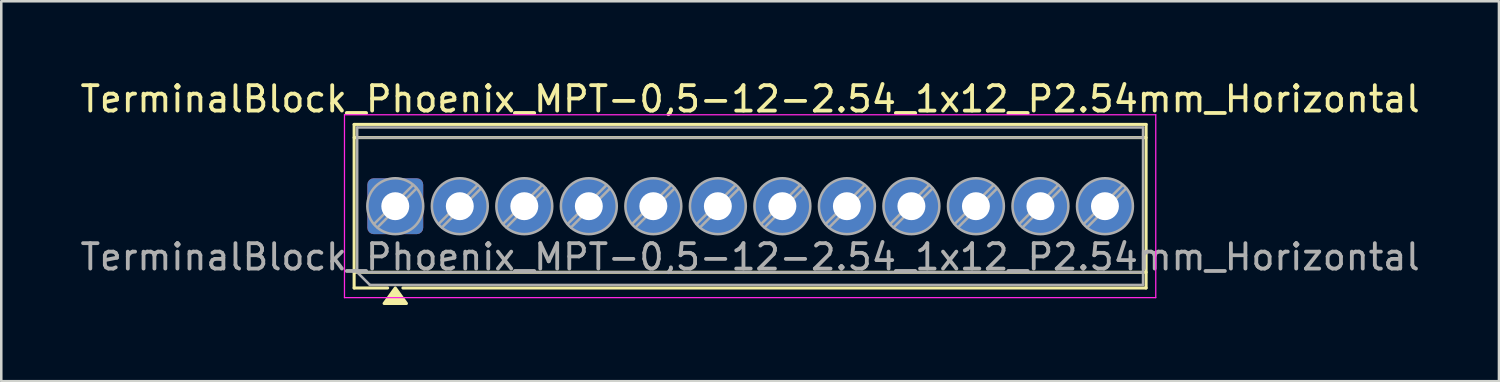
<source format=kicad_pcb>
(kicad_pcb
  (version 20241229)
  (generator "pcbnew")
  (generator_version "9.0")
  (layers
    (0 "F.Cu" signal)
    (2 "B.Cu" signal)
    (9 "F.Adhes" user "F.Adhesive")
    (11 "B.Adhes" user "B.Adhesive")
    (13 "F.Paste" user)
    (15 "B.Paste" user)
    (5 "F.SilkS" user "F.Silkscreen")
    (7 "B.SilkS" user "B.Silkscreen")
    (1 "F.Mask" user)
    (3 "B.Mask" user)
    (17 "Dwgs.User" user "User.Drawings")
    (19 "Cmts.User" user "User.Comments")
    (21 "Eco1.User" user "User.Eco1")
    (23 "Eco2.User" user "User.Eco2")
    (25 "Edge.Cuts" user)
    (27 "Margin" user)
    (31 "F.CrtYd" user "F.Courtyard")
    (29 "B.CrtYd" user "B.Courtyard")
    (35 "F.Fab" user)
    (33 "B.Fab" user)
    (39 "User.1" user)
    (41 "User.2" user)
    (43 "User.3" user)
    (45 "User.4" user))
  (footprint "TerminalBlock_Phoenix_MPT-0,5-12-2.54_1x12_P2.54mm_Horizontal"
    (layer "F.Cu")
    (at 12.512 5.068)
    (property "Reference" "TerminalBlock_Phoenix_MPT-0,5-12-2.54_1x12_P2.54mm_Horizontal" (at 13.97 -4.22 0) (layer "F.SilkS") (effects (font (size 1 1) (thickness 0.15))))
    (attr through_hole)
    (fp_line (start -1.62 -3.22) (end 29.56 -3.22) (stroke (width 0.12) (type solid)) (layer "F.SilkS"))
    (fp_line (start -1.62 -2.7) (end 29.56 -2.7) (stroke (width 0.12) (type solid)) (layer "F.SilkS"))
    (fp_line (start -1.62 2.6) (end 29.56 2.6) (stroke (width 0.12) (type solid)) (layer "F.SilkS"))
    (fp_line (start -1.62 3.22) (end -1.62 -3.22) (stroke (width 0.12) (type solid)) (layer "F.SilkS"))
    (fp_line (start -0.3 3.22) (end -1.62 3.22) (stroke (width 0.12) (type solid)) (layer "F.SilkS"))
    (fp_line (start 29.56 -3.22) (end 29.56 3.22) (stroke (width 0.12) (type solid)) (layer "F.SilkS"))
    (fp_line (start 29.56 3.22) (end 0.3 3.22) (stroke (width 0.12) (type solid)) (layer "F.SilkS"))
    (fp_poly (pts (xy 0 3.22) (xy 0.44 3.83) (xy -0.44 3.83)) (stroke (width 0.12) (type solid)) (fill yes) (layer "F.SilkS"))
    (fp_line (start -2 -3.6) (end -2 3.6) (stroke (width 0.05) (type solid)) (layer "F.CrtYd"))
    (fp_line (start -2 3.6) (end 29.94 3.6) (stroke (width 0.05) (type solid)) (layer "F.CrtYd"))
    (fp_line (start 29.94 -3.6) (end -2 -3.6) (stroke (width 0.05) (type solid)) (layer "F.CrtYd"))
    (fp_line (start 29.94 3.6) (end 29.94 -3.6) (stroke (width 0.05) (type solid)) (layer "F.CrtYd"))
    (fp_line (start -1.5 -3.1) (end 29.44 -3.1) (stroke (width 0.1) (type solid)) (layer "F.Fab"))
    (fp_line (start -1.5 -2.7) (end 29.44 -2.7) (stroke (width 0.1) (type solid)) (layer "F.Fab"))
    (fp_line (start -1.5 2.6) (end -1.5 -3.1) (stroke (width 0.1) (type solid)) (layer "F.Fab"))
    (fp_line (start -1.5 2.6) (end 29.44 2.6) (stroke (width 0.1) (type solid)) (layer "F.Fab"))
    (fp_line (start -1 3.1) (end -1.5 2.6) (stroke (width 0.1) (type solid)) (layer "F.Fab"))
    (fp_line (start 0.7 -0.834) (end -0.834 0.7) (stroke (width 0.1) (type solid)) (layer "F.Fab"))
    (fp_line (start 0.834 -0.7) (end -0.7 0.834) (stroke (width 0.1) (type solid)) (layer "F.Fab"))
    (fp_line (start 3.24 -0.834) (end 1.706 0.7) (stroke (width 0.1) (type solid)) (layer "F.Fab"))
    (fp_line (start 3.374 -0.7) (end 1.84 0.834) (stroke (width 0.1) (type solid)) (layer "F.Fab"))
    (fp_line (start 5.78 -0.834) (end 4.246 0.7) (stroke (width 0.1) (type solid)) (layer "F.Fab"))
    (fp_line (start 5.914 -0.7) (end 4.38 0.834) (stroke (width 0.1) (type solid)) (layer "F.Fab"))
    (fp_line (start 8.32 -0.834) (end 6.786 0.7) (stroke (width 0.1) (type solid)) (layer "F.Fab"))
    (fp_line (start 8.454 -0.7) (end 6.92 0.834) (stroke (width 0.1) (type solid)) (layer "F.Fab"))
    (fp_line (start 10.86 -0.834) (end 9.326 0.7) (stroke (width 0.1) (type solid)) (layer "F.Fab"))
    (fp_line (start 10.994 -0.7) (end 9.46 0.834) (stroke (width 0.1) (type solid)) (layer "F.Fab"))
    (fp_line (start 13.4 -0.834) (end 11.866 0.7) (stroke (width 0.1) (type solid)) (layer "F.Fab"))
    (fp_line (start 13.534 -0.7) (end 12 0.834) (stroke (width 0.1) (type solid)) (layer "F.Fab"))
    (fp_line (start 15.94 -0.834) (end 14.406 0.7) (stroke (width 0.1) (type solid)) (layer "F.Fab"))
    (fp_line (start 16.074 -0.7) (end 14.54 0.834) (stroke (width 0.1) (type solid)) (layer "F.Fab"))
    (fp_line (start 18.48 -0.834) (end 16.946 0.7) (stroke (width 0.1) (type solid)) (layer "F.Fab"))
    (fp_line (start 18.614 -0.7) (end 17.08 0.834) (stroke (width 0.1) (type solid)) (layer "F.Fab"))
    (fp_line (start 21.02 -0.834) (end 19.486 0.7) (stroke (width 0.1) (type solid)) (layer "F.Fab"))
    (fp_line (start 21.154 -0.7) (end 19.62 0.834) (stroke (width 0.1) (type solid)) (layer "F.Fab"))
    (fp_line (start 23.56 -0.834) (end 22.026 0.7) (stroke (width 0.1) (type solid)) (layer "F.Fab"))
    (fp_line (start 23.694 -0.7) (end 22.16 0.834) (stroke (width 0.1) (type solid)) (layer "F.Fab"))
    (fp_line (start 26.1 -0.834) (end 24.566 0.7) (stroke (width 0.1) (type solid)) (layer "F.Fab"))
    (fp_line (start 26.234 -0.7) (end 24.7 0.834) (stroke (width 0.1) (type solid)) (layer "F.Fab"))
    (fp_line (start 28.64 -0.834) (end 27.106 0.7) (stroke (width 0.1) (type solid)) (layer "F.Fab"))
    (fp_line (start 28.774 -0.7) (end 27.24 0.834) (stroke (width 0.1) (type solid)) (layer "F.Fab"))
    (fp_line (start 29.44 -3.1) (end 29.44 3.1) (stroke (width 0.1) (type solid)) (layer "F.Fab"))
    (fp_line (start 29.44 3.1) (end -1 3.1) (stroke (width 0.1) (type solid)) (layer "F.Fab"))
    (fp_circle (center 0 0) (end 1.1 0) (stroke (width 0.1) (type solid)) (fill no) (layer "F.Fab"))
    (fp_circle (center 2.54 0) (end 3.64 0) (stroke (width 0.1) (type solid)) (fill no) (layer "F.Fab"))
    (fp_circle (center 5.08 0) (end 6.18 0) (stroke (width 0.1) (type solid)) (fill no) (layer "F.Fab"))
    (fp_circle (center 7.62 0) (end 8.72 0) (stroke (width 0.1) (type solid)) (fill no) (layer "F.Fab"))
    (fp_circle (center 10.16 0) (end 11.26 0) (stroke (width 0.1) (type solid)) (fill no) (layer "F.Fab"))
    (fp_circle (center 12.7 0) (end 13.8 0) (stroke (width 0.1) (type solid)) (fill no) (layer "F.Fab"))
    (fp_circle (center 15.24 0) (end 16.34 0) (stroke (width 0.1) (type solid)) (fill no) (layer "F.Fab"))
    (fp_circle (center 17.78 0) (end 18.88 0) (stroke (width 0.1) (type solid)) (fill no) (layer "F.Fab"))
    (fp_circle (center 20.32 0) (end 21.42 0) (stroke (width 0.1) (type solid)) (fill no) (layer "F.Fab"))
    (fp_circle (center 22.86 0) (end 23.96 0) (stroke (width 0.1) (type solid)) (fill no) (layer "F.Fab"))
    (fp_circle (center 25.4 0) (end 26.5 0) (stroke (width 0.1) (type solid)) (fill no) (layer "F.Fab"))
    (fp_circle (center 27.94 0) (end 29.04 0) (stroke (width 0.1) (type solid)) (fill no) (layer "F.Fab"))
    (fp_text user "${REFERENCE}" (at 13.97 2 0) (layer "F.Fab") (effects (font (size 1 1) (thickness 0.15))))
    (pad "1" thru_hole roundrect (at 0 0) (size 2.2 2.2) (drill 1.1) (layers "*.Cu" "*.Mask") (roundrect_rratio 0.114))
    (pad "2" thru_hole circle (at 2.54 0) (size 2.2 2.2) (drill 1.1) (layers "*.Cu" "*.Mask"))
    (pad "3" thru_hole circle (at 5.08 0) (size 2.2 2.2) (drill 1.1) (layers "*.Cu" "*.Mask"))
    (pad "4" thru_hole circle (at 7.62 0) (size 2.2 2.2) (drill 1.1) (layers "*.Cu" "*.Mask"))
    (pad "5" thru_hole circle (at 10.16 0) (size 2.2 2.2) (drill 1.1) (layers "*.Cu" "*.Mask"))
    (pad "6" thru_hole circle (at 12.7 0) (size 2.2 2.2) (drill 1.1) (layers "*.Cu" "*.Mask"))
    (pad "7" thru_hole circle (at 15.24 0) (size 2.2 2.2) (drill 1.1) (layers "*.Cu" "*.Mask"))
    (pad "8" thru_hole circle (at 17.78 0) (size 2.2 2.2) (drill 1.1) (layers "*.Cu" "*.Mask"))
    (pad "9" thru_hole circle (at 20.32 0) (size 2.2 2.2) (drill 1.1) (layers "*.Cu" "*.Mask"))
    (pad "10" thru_hole circle (at 22.86 0) (size 2.2 2.2) (drill 1.1) (layers "*.Cu" "*.Mask"))
    (pad "11" thru_hole circle (at 25.4 0) (size 2.2 2.2) (drill 1.1) (layers "*.Cu" "*.Mask"))
    (pad "12" thru_hole circle (at 27.94 0) (size 2.2 2.2) (drill 1.1) (layers "*.Cu" "*.Mask")))
  (gr_rect
    (start -3 -3)
    (end 55.964 11.958)
    (stroke (width 0.1) (type default))
    (fill no)
    (layer "Edge.Cuts")))
</source>
